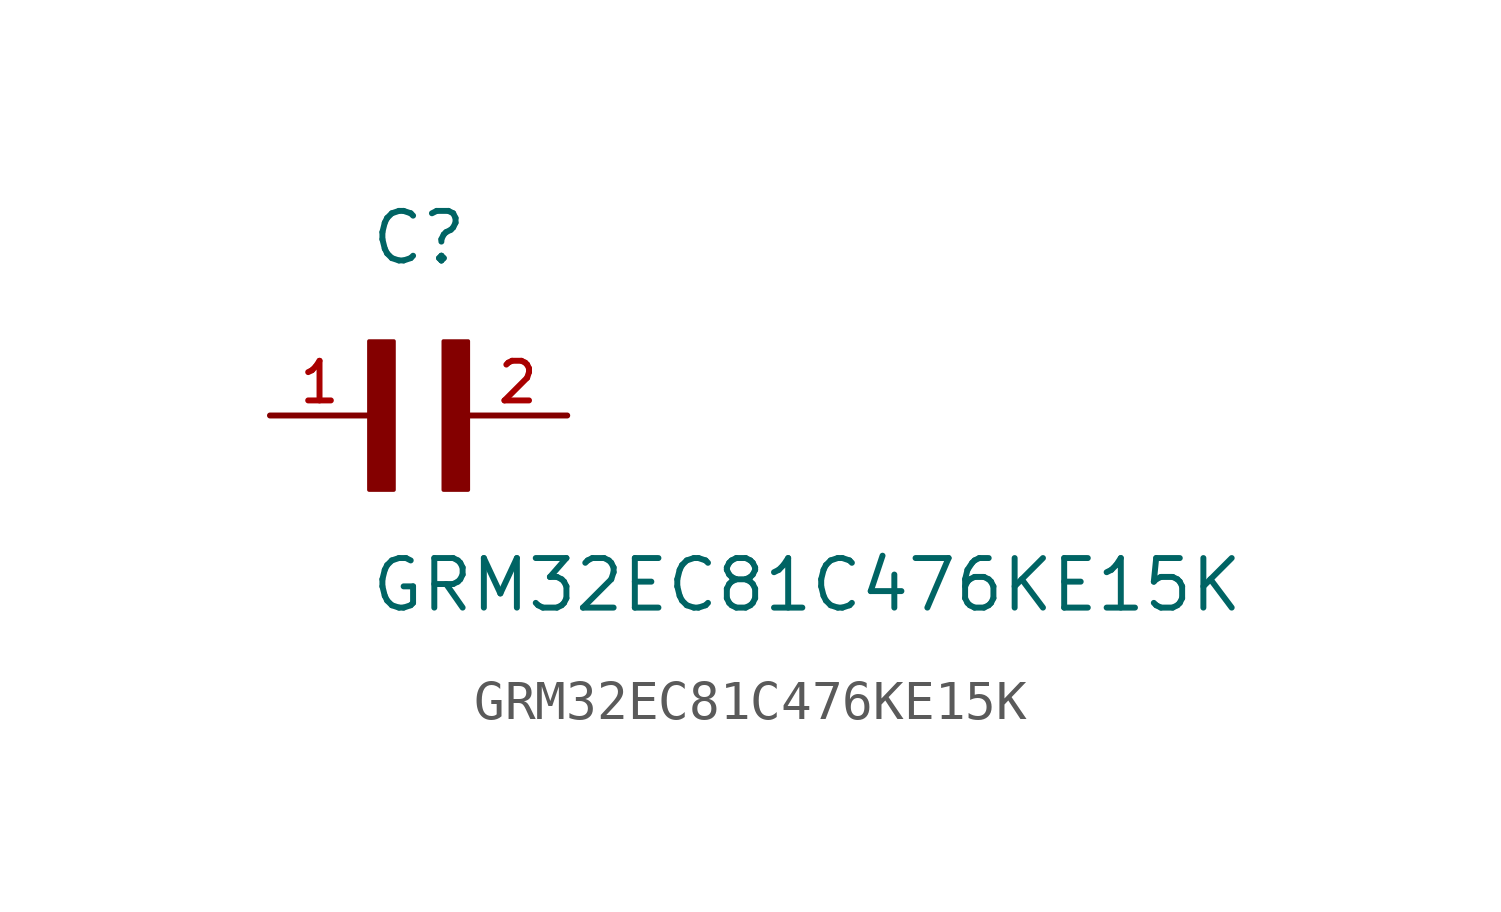
<source format=kicad_sym>
(kicad_symbol_lib
  (version 20211014)
  (generator kicad_symbol_editor)
  (symbol "GRM32EC81C476KE15K"
    (pin_names
      (offset 1.016))
    (property "Reference" "C"
      (at 0.0 3.811 0)
      (effects (font (size 1.27 1.27)) (justify bottom left)))
    (property "Value" "GRM32EC81C476KE15K"
      (at 0.0 -5.088 0)
      (effects (font (size 1.27 1.27)) (justify bottom left)))
    (symbol "GRM32EC81C476KE15K_0_0"
      (rectangle (start 0.0 -1.907) (end 0.635 1.905) (stroke (width 0.1)) (fill (type outline)))
      (rectangle (start 1.907 -1.907) (end 2.54 1.905) (stroke (width 0.1)) (fill (type outline)))
      (pin passive line (at 5.08 0.0 180.0) (length 2.54) (name "~" (effects (font (size 1.016 1.016)))) (number "2" (effects (font (size 1.016 1.016)))))
      (pin passive line (at -2.54 0.0 0) (length 2.54) (name "~" (effects (font (size 1.016 1.016)))) (number "1" (effects (font (size 1.016 1.016))))))))
</source>
